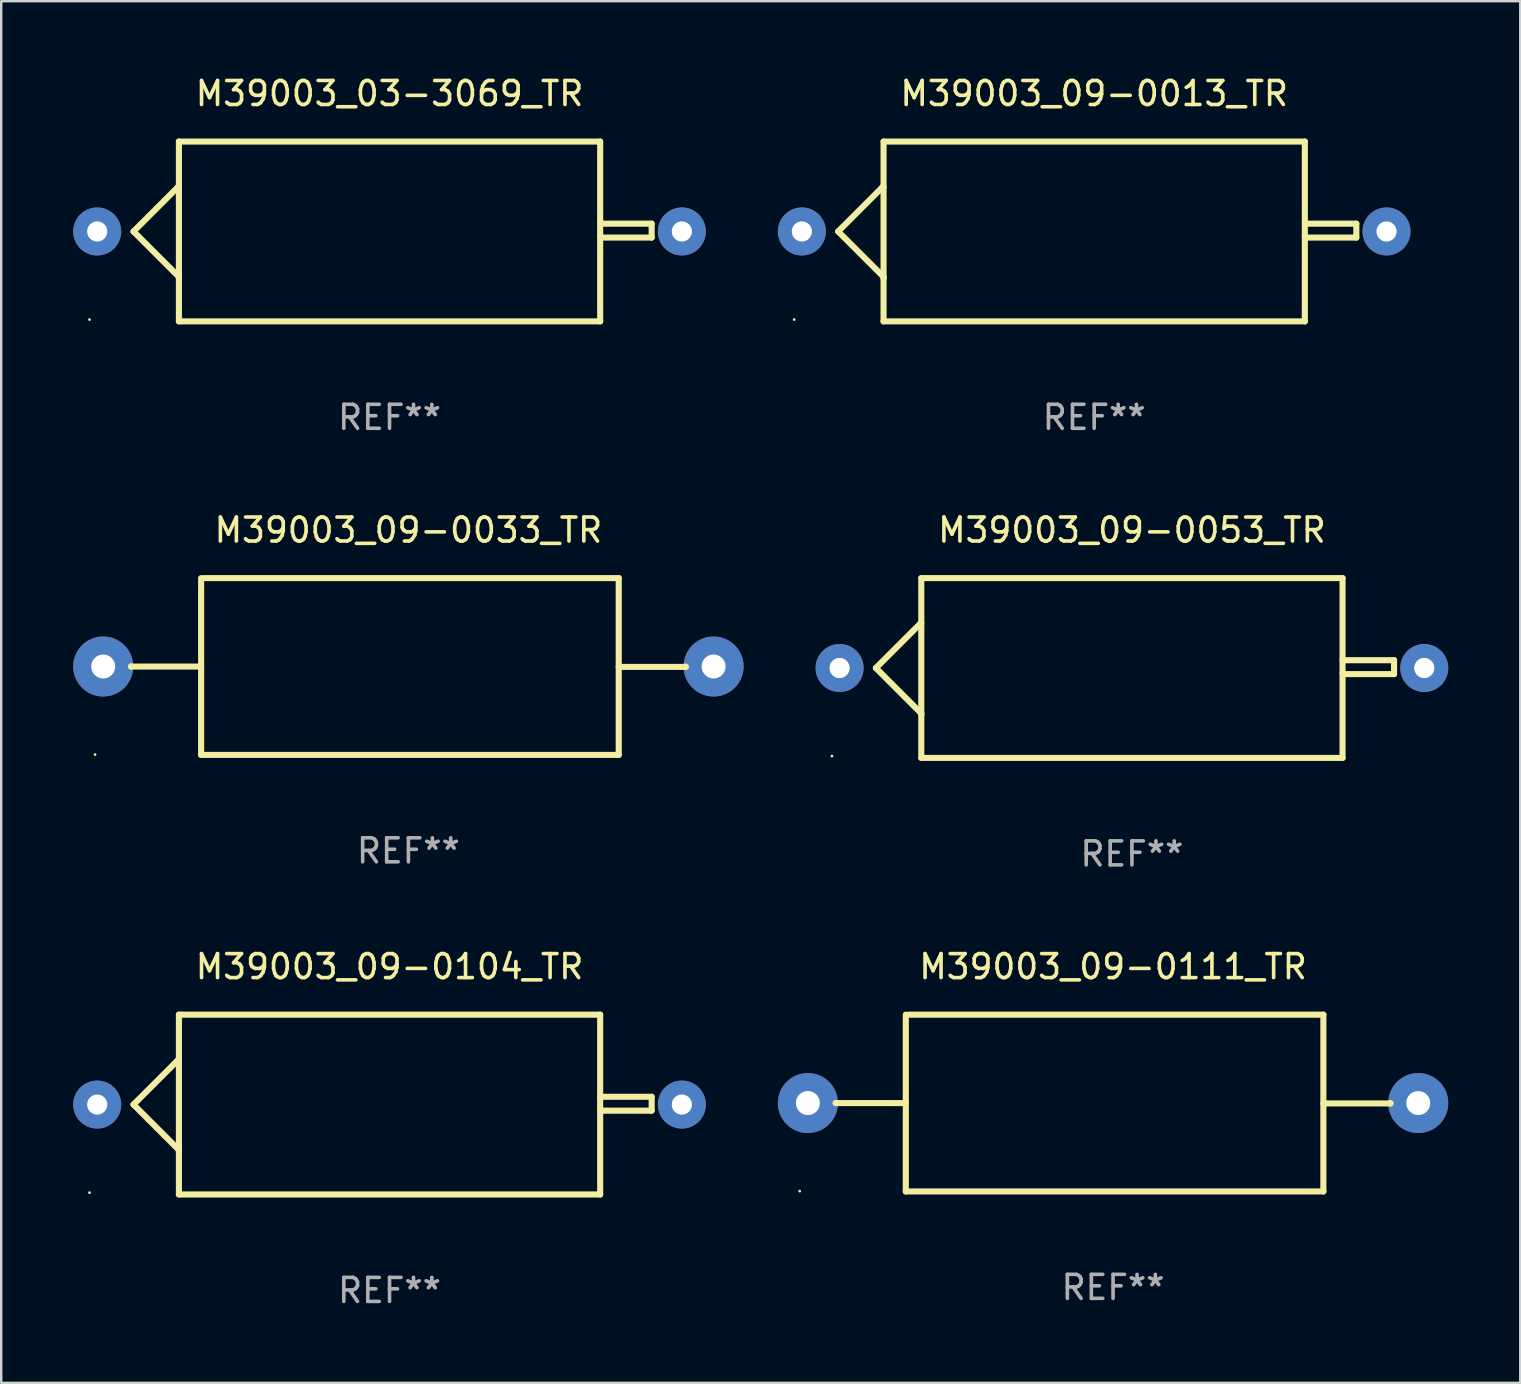
<source format=kicad_pcb>
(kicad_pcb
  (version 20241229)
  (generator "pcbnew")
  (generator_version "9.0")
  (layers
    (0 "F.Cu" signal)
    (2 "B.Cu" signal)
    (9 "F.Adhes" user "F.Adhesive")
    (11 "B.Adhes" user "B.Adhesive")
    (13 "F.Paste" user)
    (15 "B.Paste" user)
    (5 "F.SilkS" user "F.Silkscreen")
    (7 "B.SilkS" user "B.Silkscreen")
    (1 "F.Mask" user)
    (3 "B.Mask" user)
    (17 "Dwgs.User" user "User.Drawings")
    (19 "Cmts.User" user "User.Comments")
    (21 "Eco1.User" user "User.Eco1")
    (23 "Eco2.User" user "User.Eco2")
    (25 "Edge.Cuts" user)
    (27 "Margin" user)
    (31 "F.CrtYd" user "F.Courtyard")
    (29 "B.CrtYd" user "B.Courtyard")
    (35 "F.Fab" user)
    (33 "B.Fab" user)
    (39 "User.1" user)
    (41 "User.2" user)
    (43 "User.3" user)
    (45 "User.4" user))
  (footprint "M39003_09-0104_TR"
    (layer "F.Cu")
    (at 13.18 42.972)
    (property "Reference" "M39003_09-0104_TR" (at 0 -5.746 0) (layer "F.SilkS") (effects (font (size 1 1) (thickness 0.15))))
    (attr through_hole)
    (fp_line (start -10.668 0) (end -8.776 1.892) (stroke (width 0.254) (type solid)) (layer "F.SilkS"))
    (fp_line (start -8.821 -1.847) (end -10.668 0) (stroke (width 0.254) (type solid)) (layer "F.SilkS"))
    (fp_line (start -8.776 -1.847) (end -8.821 -1.847) (stroke (width 0.254) (type solid)) (layer "F.SilkS"))
    (fp_line (start -8.776 1.892) (end -8.776 1.943) (stroke (width 0.254) (type solid)) (layer "F.SilkS"))
    (fp_line (start -8.776 -3.746) (end 8.776 -3.746) (stroke (width 0.254) (type solid)) (layer "F.SilkS"))
    (fp_line (start -8.776 3.746) (end -8.776 -3.746) (stroke (width 0.254) (type solid)) (layer "F.SilkS"))
    (fp_line (start 8.776 -3.746) (end 8.776 3.746) (stroke (width 0.254) (type solid)) (layer "F.SilkS"))
    (fp_line (start 8.776 -0.325) (end 10.922 -0.325) (stroke (width 0.254) (type solid)) (layer "F.SilkS"))
    (fp_line (start 8.776 3.746) (end -8.776 3.746) (stroke (width 0.254) (type solid)) (layer "F.SilkS"))
    (fp_line (start 8.831 0.254) (end 8.776 0.199) (stroke (width 0.254) (type solid)) (layer "F.SilkS"))
    (fp_line (start 10.922 -0.325) (end 10.922 0.254) (stroke (width 0.254) (type solid)) (layer "F.SilkS"))
    (fp_line (start 10.922 0.254) (end 8.831 0.254) (stroke (width 0.254) (type solid)) (layer "F.SilkS"))
    (fp_circle (center -12.5 3.67) (end -12.47 3.67) (stroke (width 0.06) (type solid)) (fill no) (layer "F.SilkS"))
    (fp_text user "+" (at -8.323 0.924 0) (layer "B.Mask") (effects (font (size 1 1) (thickness 0.15))))
    (fp_text user "REF**" (at 0 7.746 0) (layer "F.Fab") (effects (font (size 1 1) (thickness 0.15))))
    (pad "1" thru_hole circle (at -12.18 0) (size 2 2) (drill 0.84) (layers "*.Cu" "*.Mask"))
    (pad "2" thru_hole circle (at 12.18 0) (size 2 2) (drill 0.84) (layers "*.Cu" "*.Mask")))
  (footprint "M39003_09-0053_TR"
    (layer "F.Cu")
    (at 44.112 24.783)
    (property "Reference" "M39003_09-0053_TR" (at 0 -5.746 0) (layer "F.SilkS") (effects (font (size 1 1) (thickness 0.15))))
    (attr through_hole)
    (fp_line (start -10.668 0) (end -8.776 1.892) (stroke (width 0.254) (type solid)) (layer "F.SilkS"))
    (fp_line (start -8.821 -1.847) (end -10.668 0) (stroke (width 0.254) (type solid)) (layer "F.SilkS"))
    (fp_line (start -8.776 -1.847) (end -8.821 -1.847) (stroke (width 0.254) (type solid)) (layer "F.SilkS"))
    (fp_line (start -8.776 1.892) (end -8.776 1.943) (stroke (width 0.254) (type solid)) (layer "F.SilkS"))
    (fp_line (start -8.776 -3.746) (end 8.776 -3.746) (stroke (width 0.254) (type solid)) (layer "F.SilkS"))
    (fp_line (start -8.776 3.746) (end -8.776 -3.746) (stroke (width 0.254) (type solid)) (layer "F.SilkS"))
    (fp_line (start 8.776 -3.746) (end 8.776 3.746) (stroke (width 0.254) (type solid)) (layer "F.SilkS"))
    (fp_line (start 8.776 -0.325) (end 10.922 -0.325) (stroke (width 0.254) (type solid)) (layer "F.SilkS"))
    (fp_line (start 8.776 3.746) (end -8.776 3.746) (stroke (width 0.254) (type solid)) (layer "F.SilkS"))
    (fp_line (start 8.831 0.254) (end 8.776 0.199) (stroke (width 0.254) (type solid)) (layer "F.SilkS"))
    (fp_line (start 10.922 -0.325) (end 10.922 0.254) (stroke (width 0.254) (type solid)) (layer "F.SilkS"))
    (fp_line (start 10.922 0.254) (end 8.831 0.254) (stroke (width 0.254) (type solid)) (layer "F.SilkS"))
    (fp_circle (center -12.5 3.67) (end -12.47 3.67) (stroke (width 0.06) (type solid)) (fill no) (layer "F.SilkS"))
    (fp_text user "+" (at -8.323 0.924 0) (layer "B.Mask") (effects (font (size 1 1) (thickness 0.15))))
    (fp_text user "REF**" (at 0 7.746 0) (layer "F.Fab") (effects (font (size 1 1) (thickness 0.15))))
    (pad "1" thru_hole circle (at -12.18 0) (size 2 2) (drill 0.84) (layers "*.Cu" "*.Mask"))
    (pad "2" thru_hole circle (at 12.18 0) (size 2 2) (drill 0.84) (layers "*.Cu" "*.Mask")))
  (footprint "M39003_09-0013_TR"
    (layer "F.Cu")
    (at 42.54 6.594)
    (property "Reference" "M39003_09-0013_TR" (at 0 -5.746 0) (layer "F.SilkS") (effects (font (size 1 1) (thickness 0.15))))
    (attr through_hole)
    (fp_line (start -10.668 0) (end -8.776 1.892) (stroke (width 0.254) (type solid)) (layer "F.SilkS"))
    (fp_line (start -8.821 -1.847) (end -10.668 0) (stroke (width 0.254) (type solid)) (layer "F.SilkS"))
    (fp_line (start -8.776 -1.847) (end -8.821 -1.847) (stroke (width 0.254) (type solid)) (layer "F.SilkS"))
    (fp_line (start -8.776 1.892) (end -8.776 1.943) (stroke (width 0.254) (type solid)) (layer "F.SilkS"))
    (fp_line (start -8.776 -3.746) (end 8.776 -3.746) (stroke (width 0.254) (type solid)) (layer "F.SilkS"))
    (fp_line (start -8.776 3.746) (end -8.776 -3.746) (stroke (width 0.254) (type solid)) (layer "F.SilkS"))
    (fp_line (start 8.776 -3.746) (end 8.776 3.746) (stroke (width 0.254) (type solid)) (layer "F.SilkS"))
    (fp_line (start 8.776 -0.325) (end 10.922 -0.325) (stroke (width 0.254) (type solid)) (layer "F.SilkS"))
    (fp_line (start 8.776 3.746) (end -8.776 3.746) (stroke (width 0.254) (type solid)) (layer "F.SilkS"))
    (fp_line (start 8.831 0.254) (end 8.776 0.199) (stroke (width 0.254) (type solid)) (layer "F.SilkS"))
    (fp_line (start 10.922 -0.325) (end 10.922 0.254) (stroke (width 0.254) (type solid)) (layer "F.SilkS"))
    (fp_line (start 10.922 0.254) (end 8.831 0.254) (stroke (width 0.254) (type solid)) (layer "F.SilkS"))
    (fp_circle (center -12.5 3.67) (end -12.47 3.67) (stroke (width 0.06) (type solid)) (fill no) (layer "F.SilkS"))
    (fp_text user "+" (at -8.323 0.924 0) (layer "B.Mask") (effects (font (size 1 1) (thickness 0.15))))
    (fp_text user "REF**" (at 0 7.746 0) (layer "F.Fab") (effects (font (size 1 1) (thickness 0.15))))
    (pad "1" thru_hole circle (at -12.18 0) (size 2 2) (drill 0.84) (layers "*.Cu" "*.Mask"))
    (pad "2" thru_hole circle (at 12.18 0) (size 2 2) (drill 0.84) (layers "*.Cu" "*.Mask")))
  (footprint "M39003_09-0111_TR"
    (layer "F.Cu")
    (at 43.326 42.909)
    (property "Reference" "M39003_09-0111_TR" (at 0 -5.683 0) (layer "F.SilkS") (effects (font (size 1 1) (thickness 0.15))))
    (attr through_hole)
    (fp_line (start -11.557 0.002) (end -11.557 0) (stroke (width 0.254) (type solid)) (layer "F.SilkS"))
    (fp_line (start -8.636 -3.683) (end -8.636 3.683) (stroke (width 0.254) (type solid)) (layer "F.SilkS"))
    (fp_line (start -8.636 0.002) (end -11.557 0.002) (stroke (width 0.254) (type solid)) (layer "F.SilkS"))
    (fp_line (start -8.636 3.683) (end 8.763 3.683) (stroke (width 0.254) (type solid)) (layer "F.SilkS"))
    (fp_line (start 8.763 -3.683) (end -8.509 -3.683) (stroke (width 0.254) (type solid)) (layer "F.SilkS"))
    (fp_line (start 8.763 0.016) (end 11.557 0.016) (stroke (width 0.254) (type solid)) (layer "F.SilkS"))
    (fp_line (start 8.763 3.683) (end 8.763 -3.683) (stroke (width 0.254) (type solid)) (layer "F.SilkS"))
    (fp_line (start 11.557 0.016) (end 11.557 0) (stroke (width 0.254) (type solid)) (layer "F.SilkS"))
    (fp_circle (center -13.056 3.67) (end -13.026 3.67) (stroke (width 0.06) (type solid)) (fill no) (layer "F.SilkS"))
    (fp_text user "REF**" (at 0 7.683 0) (layer "F.Fab") (effects (font (size 1 1) (thickness 0.15))))
    (pad "1" thru_hole circle (at -12.716 0) (size 2.5 2.5) (drill 1) (layers "*.Cu" "*.Mask"))
    (pad "2" thru_hole circle (at 12.716 0) (size 2.5 2.5) (drill 1) (layers "*.Cu" "*.Mask")))
  (footprint "M39003_03-3069_TR"
    (layer "F.Cu")
    (at 13.18 6.594)
    (property "Reference" "M39003_03-3069_TR" (at 0 -5.746 0) (layer "F.SilkS") (effects (font (size 1 1) (thickness 0.15))))
    (attr through_hole)
    (fp_line (start -10.668 0) (end -8.776 1.892) (stroke (width 0.254) (type solid)) (layer "F.SilkS"))
    (fp_line (start -8.821 -1.847) (end -10.668 0) (stroke (width 0.254) (type solid)) (layer "F.SilkS"))
    (fp_line (start -8.776 -1.847) (end -8.821 -1.847) (stroke (width 0.254) (type solid)) (layer "F.SilkS"))
    (fp_line (start -8.776 1.892) (end -8.776 1.943) (stroke (width 0.254) (type solid)) (layer "F.SilkS"))
    (fp_line (start -8.776 -3.746) (end 8.776 -3.746) (stroke (width 0.254) (type solid)) (layer "F.SilkS"))
    (fp_line (start -8.776 3.746) (end -8.776 -3.746) (stroke (width 0.254) (type solid)) (layer "F.SilkS"))
    (fp_line (start 8.776 -3.746) (end 8.776 3.746) (stroke (width 0.254) (type solid)) (layer "F.SilkS"))
    (fp_line (start 8.776 -0.325) (end 10.922 -0.325) (stroke (width 0.254) (type solid)) (layer "F.SilkS"))
    (fp_line (start 8.776 3.746) (end -8.776 3.746) (stroke (width 0.254) (type solid)) (layer "F.SilkS"))
    (fp_line (start 8.831 0.254) (end 8.776 0.199) (stroke (width 0.254) (type solid)) (layer "F.SilkS"))
    (fp_line (start 10.922 -0.325) (end 10.922 0.254) (stroke (width 0.254) (type solid)) (layer "F.SilkS"))
    (fp_line (start 10.922 0.254) (end 8.831 0.254) (stroke (width 0.254) (type solid)) (layer "F.SilkS"))
    (fp_circle (center -12.5 3.67) (end -12.47 3.67) (stroke (width 0.06) (type solid)) (fill no) (layer "F.SilkS"))
    (fp_text user "+" (at -8.323 0.924 0) (layer "B.Mask") (effects (font (size 1 1) (thickness 0.15))))
    (fp_text user "REF**" (at 0 7.746 0) (layer "F.Fab") (effects (font (size 1 1) (thickness 0.15))))
    (pad "1" thru_hole circle (at -12.18 0) (size 2 2) (drill 0.84) (layers "*.Cu" "*.Mask"))
    (pad "2" thru_hole circle (at 12.18 0) (size 2 2) (drill 0.84) (layers "*.Cu" "*.Mask")))
  (footprint "M39003_09-0033_TR"
    (layer "F.Cu")
    (at 13.966 24.72)
    (property "Reference" "M39003_09-0033_TR" (at 0 -5.683 0) (layer "F.SilkS") (effects (font (size 1 1) (thickness 0.15))))
    (attr through_hole)
    (fp_line (start -11.557 0.002) (end -11.557 0) (stroke (width 0.254) (type solid)) (layer "F.SilkS"))
    (fp_line (start -8.636 -3.683) (end -8.636 3.683) (stroke (width 0.254) (type solid)) (layer "F.SilkS"))
    (fp_line (start -8.636 0.002) (end -11.557 0.002) (stroke (width 0.254) (type solid)) (layer "F.SilkS"))
    (fp_line (start -8.636 3.683) (end 8.763 3.683) (stroke (width 0.254) (type solid)) (layer "F.SilkS"))
    (fp_line (start 8.763 -3.683) (end -8.509 -3.683) (stroke (width 0.254) (type solid)) (layer "F.SilkS"))
    (fp_line (start 8.763 0.016) (end 11.557 0.016) (stroke (width 0.254) (type solid)) (layer "F.SilkS"))
    (fp_line (start 8.763 3.683) (end 8.763 -3.683) (stroke (width 0.254) (type solid)) (layer "F.SilkS"))
    (fp_line (start 11.557 0.016) (end 11.557 0) (stroke (width 0.254) (type solid)) (layer "F.SilkS"))
    (fp_circle (center -13.056 3.67) (end -13.026 3.67) (stroke (width 0.06) (type solid)) (fill no) (layer "F.SilkS"))
    (fp_text user "REF**" (at 0 7.683 0) (layer "F.Fab") (effects (font (size 1 1) (thickness 0.15))))
    (pad "1" thru_hole circle (at -12.716 0) (size 2.5 2.5) (drill 1) (layers "*.Cu" "*.Mask"))
    (pad "2" thru_hole circle (at 12.716 0) (size 2.5 2.5) (drill 1) (layers "*.Cu" "*.Mask")))
  (gr_rect
    (start -3 -3)
    (end 60.292 54.567)
    (stroke (width 0.1) (type default))
    (fill no)
    (layer "Edge.Cuts")))
</source>
